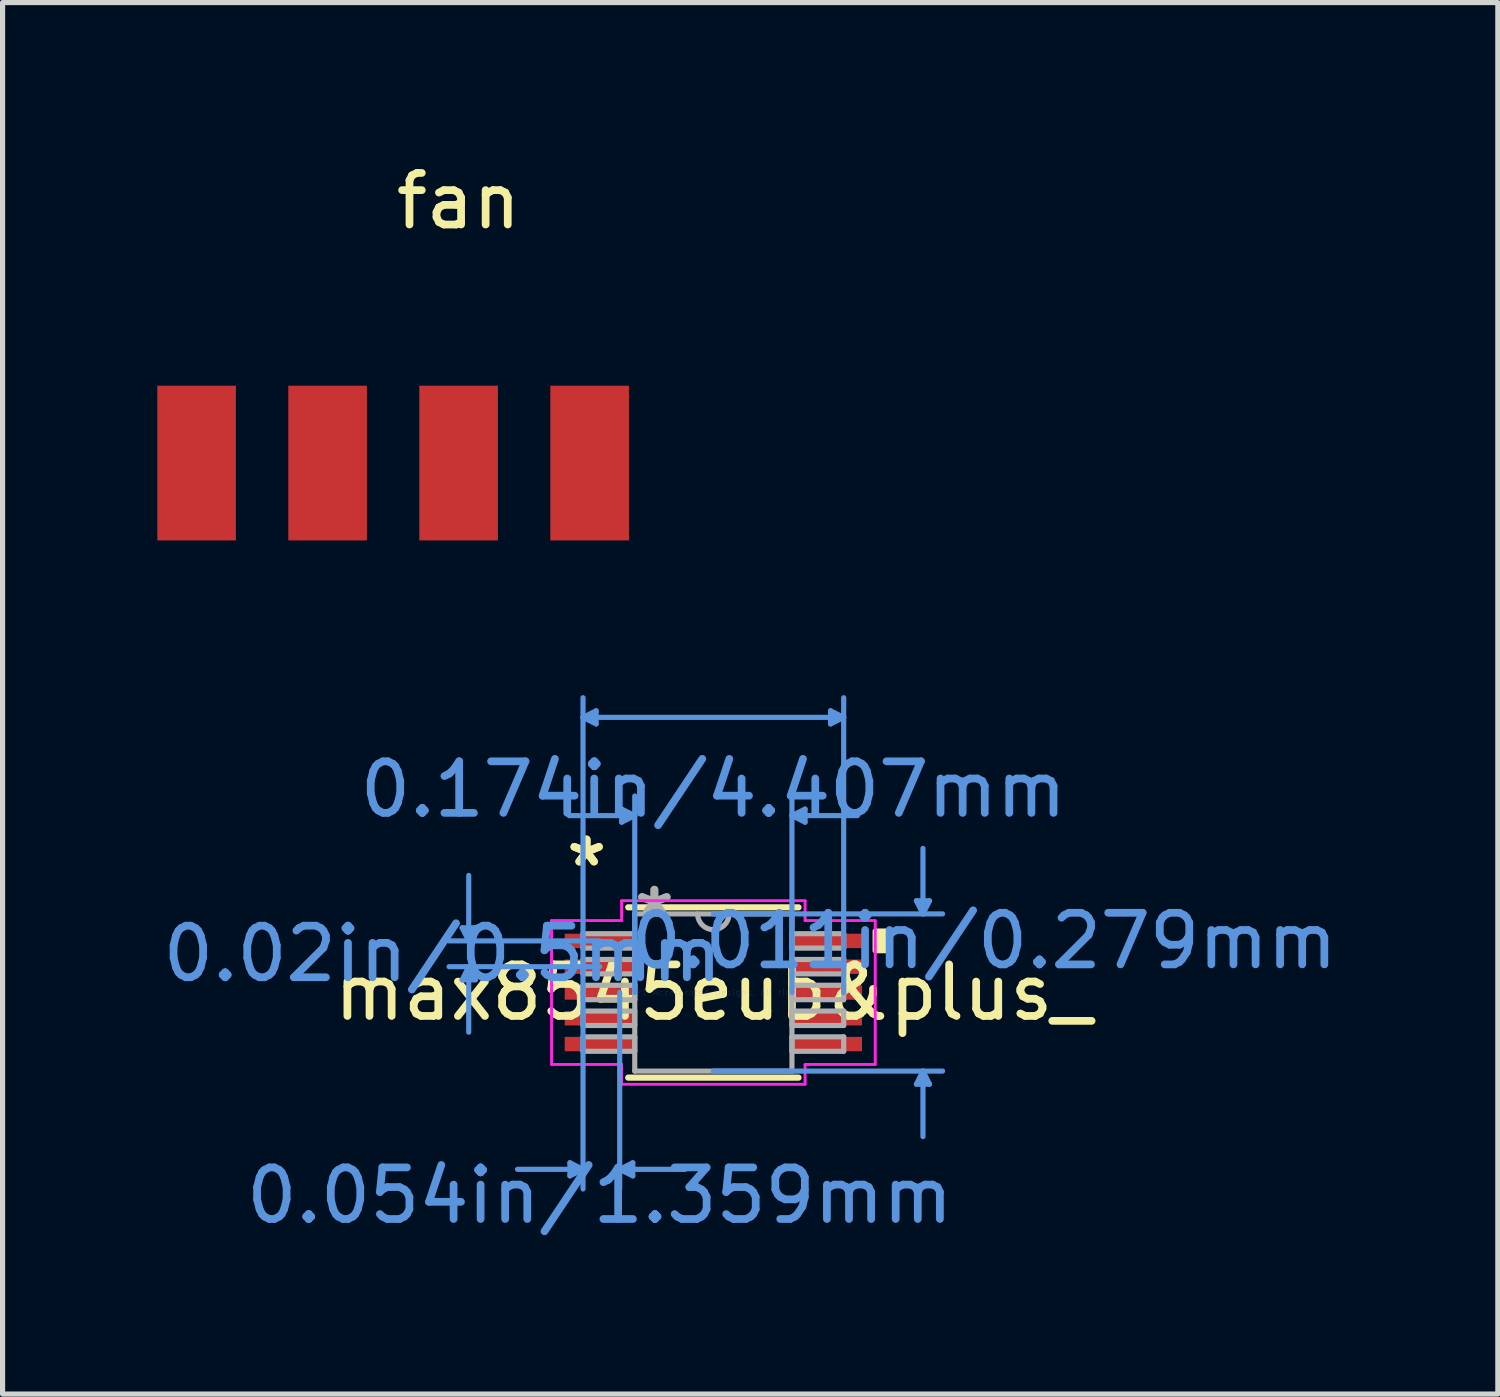
<source format=kicad_pcb>
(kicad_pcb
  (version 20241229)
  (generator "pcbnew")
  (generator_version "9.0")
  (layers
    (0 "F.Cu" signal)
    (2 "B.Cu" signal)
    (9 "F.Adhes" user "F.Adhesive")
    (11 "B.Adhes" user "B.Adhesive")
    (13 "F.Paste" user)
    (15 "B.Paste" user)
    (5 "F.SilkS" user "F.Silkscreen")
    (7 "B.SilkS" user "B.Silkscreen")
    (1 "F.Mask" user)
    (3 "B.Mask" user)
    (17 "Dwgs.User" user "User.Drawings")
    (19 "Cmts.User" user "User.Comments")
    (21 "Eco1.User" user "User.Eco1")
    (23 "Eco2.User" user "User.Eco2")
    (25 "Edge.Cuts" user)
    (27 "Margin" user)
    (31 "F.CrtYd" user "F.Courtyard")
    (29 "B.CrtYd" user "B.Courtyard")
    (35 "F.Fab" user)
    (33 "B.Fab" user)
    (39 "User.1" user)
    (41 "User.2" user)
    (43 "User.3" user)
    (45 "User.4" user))
  (footprint "fan"
    (layer "F.Cu")
    (at 3.302 3.388)
    (property "Reference" "fan" (at 2.54 -2.54 0) (unlocked yes) (layer "F.SilkS") (effects (font (size 1 1) (thickness 0.15))))
    (attr through_hole)
    (pad "1" smd rect (at -2.54 2.54) (size 1.524 3) (layers "F.Cu" "F.Mask" "F.Paste"))
    (pad "2" smd rect (at 0 2.54) (size 1.524 3) (layers "F.Cu" "F.Mask" "F.Paste"))
    (pad "3" smd rect (at 2.54 2.54) (size 1.524 3) (layers "F.Cu" "F.Mask" "F.Paste"))
    (pad "4" smd rect (at 5.08 2.54) (size 1.524 3) (layers "F.Cu" "F.Mask" "F.Paste")))
  (footprint "max8545eub&plus_"
    (layer "F.Cu")
    (at 10.781 16.193)
    (property "Reference" "max8545eub&plus_" (at 0 0 0) (layer "F.SilkS") (effects (font (size 1 1) (thickness 0.15))))
    (attr through_hole)
    (fp_line (start -1.651 1.651) (end 1.651 1.651) (stroke (width 0.12) (type solid)) (layer "F.SilkS"))
    (fp_line (start 1.651 -1.651) (end -1.651 -1.651) (stroke (width 0.12) (type solid)) (layer "F.SilkS"))
    (fp_poly (pts (xy 3.391 -1.191) (xy 3.391 -0.81) (xy 3.137 -0.81) (xy 3.137 -1.191)) (stroke (width 0.1) (type solid)) (fill yes) (layer "F.SilkS"))
    (fp_line (start -4.87 -1.254) (end -4.616 -1.254) (stroke (width 0.1) (type solid)) (layer "Cmts.User"))
    (fp_line (start -4.87 -0.246) (end -4.616 -0.246) (stroke (width 0.1) (type solid)) (layer "Cmts.User"))
    (fp_line (start -4.743 -1) (end -4.87 -1.254) (stroke (width 0.1) (type solid)) (layer "Cmts.User"))
    (fp_line (start -4.743 -1) (end -4.743 -2.27) (stroke (width 0.1) (type solid)) (layer "Cmts.User"))
    (fp_line (start -4.743 -1) (end -4.616 -1.254) (stroke (width 0.1) (type solid)) (layer "Cmts.User"))
    (fp_line (start -4.743 -0.5) (end -4.87 -0.246) (stroke (width 0.1) (type solid)) (layer "Cmts.User"))
    (fp_line (start -4.743 -0.5) (end -4.743 0.77) (stroke (width 0.1) (type solid)) (layer "Cmts.User"))
    (fp_line (start -4.743 -0.5) (end -4.616 -0.246) (stroke (width 0.1) (type solid)) (layer "Cmts.User"))
    (fp_line (start -2.781 3.302) (end -2.781 3.556) (stroke (width 0.1) (type solid)) (layer "Cmts.User"))
    (fp_line (start -2.527 -5.334) (end -2.273 -5.461) (stroke (width 0.1) (type solid)) (layer "Cmts.User"))
    (fp_line (start -2.527 -5.334) (end -2.273 -5.207) (stroke (width 0.1) (type solid)) (layer "Cmts.User"))
    (fp_line (start -2.527 -5.334) (end 2.527 -5.334) (stroke (width 0.1) (type solid)) (layer "Cmts.User"))
    (fp_line (start -2.527 0) (end -2.527 -5.715) (stroke (width 0.1) (type solid)) (layer "Cmts.User"))
    (fp_line (start -2.527 0) (end -2.527 3.81) (stroke (width 0.1) (type solid)) (layer "Cmts.User"))
    (fp_line (start -2.527 3.429) (end -3.797 3.429) (stroke (width 0.1) (type solid)) (layer "Cmts.User"))
    (fp_line (start -2.527 3.429) (end -2.781 3.302) (stroke (width 0.1) (type solid)) (layer "Cmts.User"))
    (fp_line (start -2.527 3.429) (end -2.781 3.556) (stroke (width 0.1) (type solid)) (layer "Cmts.User"))
    (fp_line (start -2.273 -5.461) (end -2.273 -5.207) (stroke (width 0.1) (type solid)) (layer "Cmts.User"))
    (fp_line (start -2.203 -1) (end -5.124 -1) (stroke (width 0.1) (type solid)) (layer "Cmts.User"))
    (fp_line (start -2.203 -0.5) (end -5.124 -0.5) (stroke (width 0.1) (type solid)) (layer "Cmts.User"))
    (fp_line (start -1.816 0) (end -1.816 3.81) (stroke (width 0.1) (type solid)) (layer "Cmts.User"))
    (fp_line (start -1.816 3.429) (end -1.562 3.302) (stroke (width 0.1) (type solid)) (layer "Cmts.User"))
    (fp_line (start -1.816 3.429) (end -1.562 3.556) (stroke (width 0.1) (type solid)) (layer "Cmts.User"))
    (fp_line (start -1.816 3.429) (end -0.546 3.429) (stroke (width 0.1) (type solid)) (layer "Cmts.User"))
    (fp_line (start -1.778 -3.556) (end -1.778 -3.302) (stroke (width 0.1) (type solid)) (layer "Cmts.User"))
    (fp_line (start -1.562 3.302) (end -1.562 3.556) (stroke (width 0.1) (type solid)) (layer "Cmts.User"))
    (fp_line (start -1.524 -3.429) (end -2.794 -3.429) (stroke (width 0.1) (type solid)) (layer "Cmts.User"))
    (fp_line (start -1.524 -3.429) (end -1.778 -3.556) (stroke (width 0.1) (type solid)) (layer "Cmts.User"))
    (fp_line (start -1.524 -3.429) (end -1.778 -3.302) (stroke (width 0.1) (type solid)) (layer "Cmts.User"))
    (fp_line (start -1.524 0) (end -1.524 -3.81) (stroke (width 0.1) (type solid)) (layer "Cmts.User"))
    (fp_line (start 0 -1.524) (end 4.445 -1.524) (stroke (width 0.1) (type solid)) (layer "Cmts.User"))
    (fp_line (start 0 1.524) (end 4.445 1.524) (stroke (width 0.1) (type solid)) (layer "Cmts.User"))
    (fp_line (start 1.524 -3.429) (end 1.778 -3.556) (stroke (width 0.1) (type solid)) (layer "Cmts.User"))
    (fp_line (start 1.524 -3.429) (end 1.778 -3.302) (stroke (width 0.1) (type solid)) (layer "Cmts.User"))
    (fp_line (start 1.524 -3.429) (end 2.794 -3.429) (stroke (width 0.1) (type solid)) (layer "Cmts.User"))
    (fp_line (start 1.524 0) (end 1.524 -3.81) (stroke (width 0.1) (type solid)) (layer "Cmts.User"))
    (fp_line (start 1.778 -3.556) (end 1.778 -3.302) (stroke (width 0.1) (type solid)) (layer "Cmts.User"))
    (fp_line (start 2.273 -5.461) (end 2.273 -5.207) (stroke (width 0.1) (type solid)) (layer "Cmts.User"))
    (fp_line (start 2.527 -5.334) (end 2.273 -5.461) (stroke (width 0.1) (type solid)) (layer "Cmts.User"))
    (fp_line (start 2.527 -5.334) (end 2.273 -5.207) (stroke (width 0.1) (type solid)) (layer "Cmts.User"))
    (fp_line (start 2.527 0) (end 2.527 -5.715) (stroke (width 0.1) (type solid)) (layer "Cmts.User"))
    (fp_line (start 3.937 -1.778) (end 4.191 -1.778) (stroke (width 0.1) (type solid)) (layer "Cmts.User"))
    (fp_line (start 3.937 1.778) (end 4.191 1.778) (stroke (width 0.1) (type solid)) (layer "Cmts.User"))
    (fp_line (start 4.064 -1.524) (end 3.937 -1.778) (stroke (width 0.1) (type solid)) (layer "Cmts.User"))
    (fp_line (start 4.064 -1.524) (end 4.064 -2.794) (stroke (width 0.1) (type solid)) (layer "Cmts.User"))
    (fp_line (start 4.064 -1.524) (end 4.191 -1.778) (stroke (width 0.1) (type solid)) (layer "Cmts.User"))
    (fp_line (start 4.064 1.524) (end 3.937 1.778) (stroke (width 0.1) (type solid)) (layer "Cmts.User"))
    (fp_line (start 4.064 1.524) (end 4.064 2.794) (stroke (width 0.1) (type solid)) (layer "Cmts.User"))
    (fp_line (start 4.064 1.524) (end 4.191 1.778) (stroke (width 0.1) (type solid)) (layer "Cmts.User"))
    (fp_line (start -3.137 -1.394) (end -1.778 -1.394) (stroke (width 0.05) (type solid)) (layer "F.CrtYd"))
    (fp_line (start -3.137 -1.394) (end -1.778 -1.394) (stroke (width 0.05) (type solid)) (layer "F.CrtYd"))
    (fp_line (start -3.137 1.394) (end -3.137 -1.394) (stroke (width 0.05) (type solid)) (layer "F.CrtYd"))
    (fp_line (start -3.137 1.394) (end -3.137 -1.394) (stroke (width 0.05) (type solid)) (layer "F.CrtYd"))
    (fp_line (start -3.137 1.394) (end -1.778 1.394) (stroke (width 0.05) (type solid)) (layer "F.CrtYd"))
    (fp_line (start -1.778 -1.778) (end 1.778 -1.778) (stroke (width 0.05) (type solid)) (layer "F.CrtYd"))
    (fp_line (start -1.778 -1.778) (end 1.778 -1.778) (stroke (width 0.05) (type solid)) (layer "F.CrtYd"))
    (fp_line (start -1.778 -1.394) (end -1.778 -1.778) (stroke (width 0.05) (type solid)) (layer "F.CrtYd"))
    (fp_line (start -1.778 -1.394) (end -1.778 -1.778) (stroke (width 0.05) (type solid)) (layer "F.CrtYd"))
    (fp_line (start -1.778 1.394) (end -3.137 1.394) (stroke (width 0.05) (type solid)) (layer "F.CrtYd"))
    (fp_line (start -1.778 1.778) (end -1.778 1.394) (stroke (width 0.05) (type solid)) (layer "F.CrtYd"))
    (fp_line (start -1.778 1.778) (end -1.778 1.394) (stroke (width 0.05) (type solid)) (layer "F.CrtYd"))
    (fp_line (start 1.778 -1.778) (end 1.778 -1.394) (stroke (width 0.05) (type solid)) (layer "F.CrtYd"))
    (fp_line (start 1.778 -1.778) (end 1.778 -1.394) (stroke (width 0.05) (type solid)) (layer "F.CrtYd"))
    (fp_line (start 1.778 -1.394) (end 3.137 -1.394) (stroke (width 0.05) (type solid)) (layer "F.CrtYd"))
    (fp_line (start 1.778 1.394) (end 1.778 1.778) (stroke (width 0.05) (type solid)) (layer "F.CrtYd"))
    (fp_line (start 1.778 1.394) (end 1.778 1.778) (stroke (width 0.05) (type solid)) (layer "F.CrtYd"))
    (fp_line (start 1.778 1.778) (end -1.778 1.778) (stroke (width 0.05) (type solid)) (layer "F.CrtYd"))
    (fp_line (start 1.778 1.778) (end -1.778 1.778) (stroke (width 0.05) (type solid)) (layer "F.CrtYd"))
    (fp_line (start 3.137 -1.394) (end 1.778 -1.394) (stroke (width 0.05) (type solid)) (layer "F.CrtYd"))
    (fp_line (start 3.137 -1.394) (end 3.137 1.394) (stroke (width 0.05) (type solid)) (layer "F.CrtYd"))
    (fp_line (start 3.137 -1.394) (end 3.137 1.394) (stroke (width 0.05) (type solid)) (layer "F.CrtYd"))
    (fp_line (start 3.137 1.394) (end 1.778 1.394) (stroke (width 0.05) (type solid)) (layer "F.CrtYd"))
    (fp_line (start 3.137 1.394) (end 1.778 1.394) (stroke (width 0.05) (type solid)) (layer "F.CrtYd"))
    (fp_line (start -2.527 -1.14) (end -2.527 -0.86) (stroke (width 0.1) (type solid)) (layer "F.Fab"))
    (fp_line (start -2.527 -0.86) (end -1.524 -0.86) (stroke (width 0.1) (type solid)) (layer "F.Fab"))
    (fp_line (start -2.527 -0.64) (end -2.527 -0.36) (stroke (width 0.1) (type solid)) (layer "F.Fab"))
    (fp_line (start -2.527 -0.36) (end -1.524 -0.36) (stroke (width 0.1) (type solid)) (layer "F.Fab"))
    (fp_line (start -2.527 -0.14) (end -2.527 0.14) (stroke (width 0.1) (type solid)) (layer "F.Fab"))
    (fp_line (start -2.527 0.14) (end -1.524 0.14) (stroke (width 0.1) (type solid)) (layer "F.Fab"))
    (fp_line (start -2.527 0.36) (end -2.527 0.64) (stroke (width 0.1) (type solid)) (layer "F.Fab"))
    (fp_line (start -2.527 0.64) (end -1.524 0.64) (stroke (width 0.1) (type solid)) (layer "F.Fab"))
    (fp_line (start -2.527 0.86) (end -2.527 1.14) (stroke (width 0.1) (type solid)) (layer "F.Fab"))
    (fp_line (start -2.527 1.14) (end -1.524 1.14) (stroke (width 0.1) (type solid)) (layer "F.Fab"))
    (fp_line (start -1.524 -1.524) (end -1.524 1.524) (stroke (width 0.1) (type solid)) (layer "F.Fab"))
    (fp_line (start -1.524 -1.14) (end -2.527 -1.14) (stroke (width 0.1) (type solid)) (layer "F.Fab"))
    (fp_line (start -1.524 -0.86) (end -1.524 -1.14) (stroke (width 0.1) (type solid)) (layer "F.Fab"))
    (fp_line (start -1.524 -0.64) (end -2.527 -0.64) (stroke (width 0.1) (type solid)) (layer "F.Fab"))
    (fp_line (start -1.524 -0.36) (end -1.524 -0.64) (stroke (width 0.1) (type solid)) (layer "F.Fab"))
    (fp_line (start -1.524 -0.14) (end -2.527 -0.14) (stroke (width 0.1) (type solid)) (layer "F.Fab"))
    (fp_line (start -1.524 0.14) (end -1.524 -0.14) (stroke (width 0.1) (type solid)) (layer "F.Fab"))
    (fp_line (start -1.524 0.36) (end -2.527 0.36) (stroke (width 0.1) (type solid)) (layer "F.Fab"))
    (fp_line (start -1.524 0.64) (end -1.524 0.36) (stroke (width 0.1) (type solid)) (layer "F.Fab"))
    (fp_line (start -1.524 0.86) (end -2.527 0.86) (stroke (width 0.1) (type solid)) (layer "F.Fab"))
    (fp_line (start -1.524 1.14) (end -1.524 0.86) (stroke (width 0.1) (type solid)) (layer "F.Fab"))
    (fp_line (start -1.524 1.524) (end 1.524 1.524) (stroke (width 0.1) (type solid)) (layer "F.Fab"))
    (fp_line (start 1.524 -1.524) (end -1.524 -1.524) (stroke (width 0.1) (type solid)) (layer "F.Fab"))
    (fp_line (start 1.524 -1.14) (end 1.524 -0.86) (stroke (width 0.1) (type solid)) (layer "F.Fab"))
    (fp_line (start 1.524 -0.86) (end 2.527 -0.86) (stroke (width 0.1) (type solid)) (layer "F.Fab"))
    (fp_line (start 1.524 -0.64) (end 1.524 -0.36) (stroke (width 0.1) (type solid)) (layer "F.Fab"))
    (fp_line (start 1.524 -0.36) (end 2.527 -0.36) (stroke (width 0.1) (type solid)) (layer "F.Fab"))
    (fp_line (start 1.524 -0.14) (end 1.524 0.14) (stroke (width 0.1) (type solid)) (layer "F.Fab"))
    (fp_line (start 1.524 0.14) (end 2.527 0.14) (stroke (width 0.1) (type solid)) (layer "F.Fab"))
    (fp_line (start 1.524 0.36) (end 1.524 0.64) (stroke (width 0.1) (type solid)) (layer "F.Fab"))
    (fp_line (start 1.524 0.64) (end 2.527 0.64) (stroke (width 0.1) (type solid)) (layer "F.Fab"))
    (fp_line (start 1.524 0.86) (end 1.524 1.14) (stroke (width 0.1) (type solid)) (layer "F.Fab"))
    (fp_line (start 1.524 1.14) (end 2.527 1.14) (stroke (width 0.1) (type solid)) (layer "F.Fab"))
    (fp_line (start 1.524 1.524) (end 1.524 -1.524) (stroke (width 0.1) (type solid)) (layer "F.Fab"))
    (fp_line (start 2.527 -1.14) (end 1.524 -1.14) (stroke (width 0.1) (type solid)) (layer "F.Fab"))
    (fp_line (start 2.527 -0.86) (end 2.527 -1.14) (stroke (width 0.1) (type solid)) (layer "F.Fab"))
    (fp_line (start 2.527 -0.64) (end 1.524 -0.64) (stroke (width 0.1) (type solid)) (layer "F.Fab"))
    (fp_line (start 2.527 -0.36) (end 2.527 -0.64) (stroke (width 0.1) (type solid)) (layer "F.Fab"))
    (fp_line (start 2.527 -0.14) (end 1.524 -0.14) (stroke (width 0.1) (type solid)) (layer "F.Fab"))
    (fp_line (start 2.527 0.14) (end 2.527 -0.14) (stroke (width 0.1) (type solid)) (layer "F.Fab"))
    (fp_line (start 2.527 0.36) (end 1.524 0.36) (stroke (width 0.1) (type solid)) (layer "F.Fab"))
    (fp_line (start 2.527 0.64) (end 2.527 0.36) (stroke (width 0.1) (type solid)) (layer "F.Fab"))
    (fp_line (start 2.527 0.86) (end 1.524 0.86) (stroke (width 0.1) (type solid)) (layer "F.Fab"))
    (fp_line (start 2.527 1.14) (end 2.527 0.86) (stroke (width 0.1) (type solid)) (layer "F.Fab"))
    (fp_arc (start 0.3048 -1.524) (mid 0 -1.2192) (end -0.3048 -1.524) (stroke (width 0.1) (type solid)) (layer "F.Fab"))
    (fp_text user "*" (at -2.457 -2.422 0) (layer "F.SilkS") (effects (font (size 1 1) (thickness 0.15))))
    (fp_text user "*" (at -2.457 -2.422 0) (layer "F.SilkS") (effects (font (size 1 1) (thickness 0.15))))
    (fp_text user "Copyright 2021 Accelerated Designs. All rights reserved." (at 0 0 0) (layer "Cmts.User") (effects (font (size 0.127 0.127) (thickness 0.002))))
    (fp_text user "0.011in/0.279mm" (at 5.251 -1 0) (layer "Cmts.User") (effects (font (size 1 1) (thickness 0.15))))
    (fp_text user "0.02in/0.5mm" (at -5.251 -0.75 0) (layer "Cmts.User") (effects (font (size 1 1) (thickness 0.15))))
    (fp_text user "0.174in/4.407mm" (at 0 -3.937 0) (layer "Cmts.User") (effects (font (size 1 1) (thickness 0.15))))
    (fp_text user "0.054in/1.359mm" (at -2.203 3.937 0) (layer "Cmts.User") (effects (font (size 1 1) (thickness 0.15))))
    (fp_text user "*" (at -1.143 -1.448 0) (layer "F.Fab") (effects (font (size 1 1) (thickness 0.15))))
    (fp_text user "*" (at -1.143 -1.448 0) (layer "F.Fab") (effects (font (size 1 1) (thickness 0.15))))
    (pad "1" smd rect (at -2.203 -1) (size 1.359 0.279) (layers "F.Cu" "F.Mask" "F.Paste"))
    (pad "2" smd rect (at -2.203 -0.5) (size 1.359 0.279) (layers "F.Cu" "F.Mask" "F.Paste"))
    (pad "3" smd rect (at -2.203 0) (size 1.359 0.279) (layers "F.Cu" "F.Mask" "F.Paste"))
    (pad "4" smd rect (at -2.203 0.5) (size 1.359 0.279) (layers "F.Cu" "F.Mask" "F.Paste"))
    (pad "5" smd rect (at -2.203 1) (size 1.359 0.279) (layers "F.Cu" "F.Mask" "F.Paste"))
    (pad "6" smd rect (at 2.203 1) (size 1.359 0.279) (layers "F.Cu" "F.Mask" "F.Paste"))
    (pad "7" smd rect (at 2.203 0.5) (size 1.359 0.279) (layers "F.Cu" "F.Mask" "F.Paste"))
    (pad "8" smd rect (at 2.203 0) (size 1.359 0.279) (layers "F.Cu" "F.Mask" "F.Paste"))
    (pad "9" smd rect (at 2.203 -0.5) (size 1.359 0.279) (layers "F.Cu" "F.Mask" "F.Paste"))
    (pad "10" smd rect (at 2.203 -1) (size 1.359 0.279) (layers "F.Cu" "F.Mask" "F.Paste")))
  (gr_rect
    (start -3 -3)
    (end 25.991 23.979)
    (stroke (width 0.1) (type default))
    (fill no)
    (layer "Edge.Cuts")))
</source>
